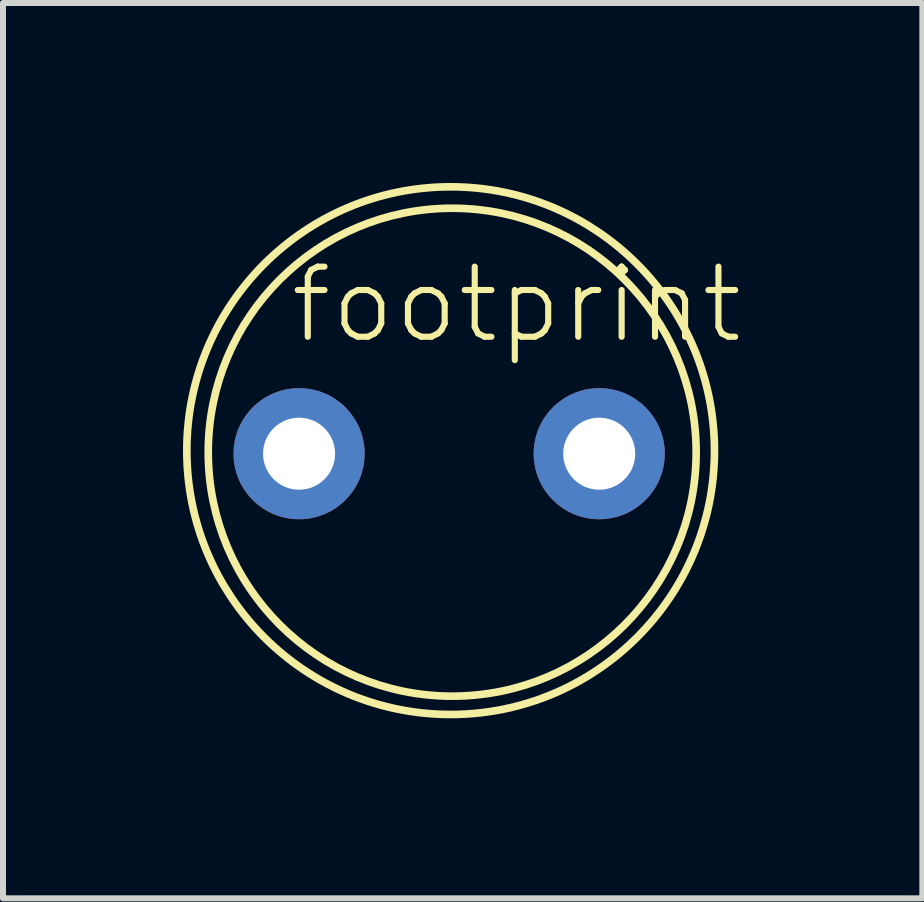
<source format=kicad_pcb>
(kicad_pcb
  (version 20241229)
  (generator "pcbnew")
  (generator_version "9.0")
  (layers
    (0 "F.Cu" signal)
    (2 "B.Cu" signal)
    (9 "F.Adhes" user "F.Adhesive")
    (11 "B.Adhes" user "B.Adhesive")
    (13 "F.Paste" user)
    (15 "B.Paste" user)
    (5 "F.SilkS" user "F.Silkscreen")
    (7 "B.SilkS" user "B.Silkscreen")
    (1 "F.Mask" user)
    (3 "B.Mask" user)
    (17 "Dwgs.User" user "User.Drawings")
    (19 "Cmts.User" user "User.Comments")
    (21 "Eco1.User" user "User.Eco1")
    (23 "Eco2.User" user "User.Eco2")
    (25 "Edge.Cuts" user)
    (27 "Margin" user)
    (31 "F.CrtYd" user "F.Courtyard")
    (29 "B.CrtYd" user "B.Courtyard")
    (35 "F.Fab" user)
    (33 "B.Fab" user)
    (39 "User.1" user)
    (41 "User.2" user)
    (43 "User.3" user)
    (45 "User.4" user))
  (footprint "footprint"
    (layer "F.Cu")
    (at 4.432 4.508)
    (property "Reference" "footprint" (at -2.7 -1.8 0) (layer "F.SilkS") (effects (font (size 1.168 1.168) (thickness 0.102)) (justify left bottom)))
    (fp_circle (center 0.025 -0.051) (end 4.42 -0.051) (stroke (width 0.127) (type solid)) (fill no) (layer "F.SilkS"))
    (fp_circle (center 0.051 -0.025) (end 4.115 -0.025) (stroke (width 0.127) (type solid)) (fill no) (layer "F.SilkS"))
    (pad "1" thru_hole circle (at -2.5 0) (size 2.184 2.184) (drill 1.2) (layers "*.Cu" "*.Mask"))
    (pad "2" thru_hole circle (at 2.5 0) (size 2.184 2.184) (drill 1.2) (layers "*.Cu" "*.Mask")))
  (gr_rect
    (start -3 -3)
    (end 12.315 11.915)
    (stroke (width 0.1) (type default))
    (fill no)
    (layer "Edge.Cuts")))
</source>
